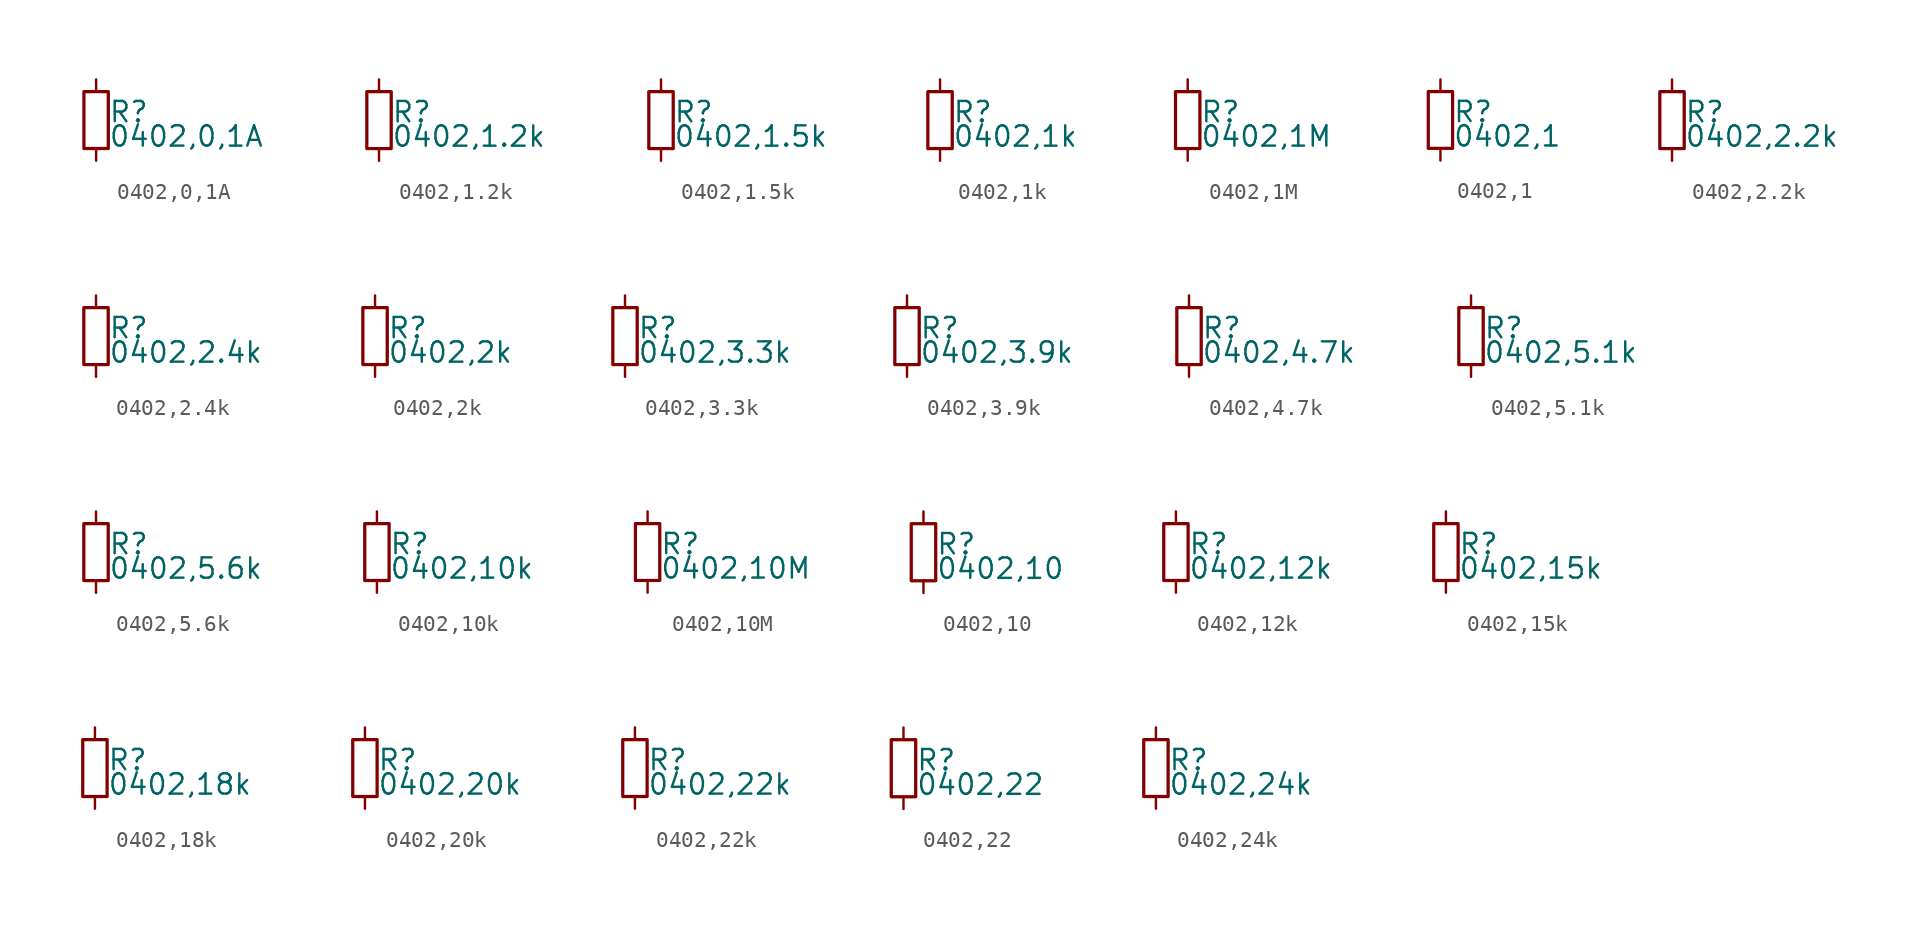
<source format=kicad_sym>
(kicad_symbol_lib
  (version 20220914)
  (generator kicad_symbol_editor)
  (symbol "0402,0,1A"
    (property "Reference" "R"
      (at 0.762 0.508 0)
      (effects (font (size 1.27 1.27)) (justify left)))
    (property "Value" "0402,0,1A"
      (at 0.762 -1.016 0)
      (effects (font (size 1.27 1.27)) (justify left)))
    (symbol "0402,0,1A_0_0"
      (rectangle (start -0.762 1.778) (end 0.762 -1.778) (stroke (width 0.203) (type default)) (fill (type none)))
      (pin passive line (at 0 2.54 270) (length 0.762) (name "~" (effects (font (size 0 0)))) (number "1" (effects (font (size 0 0))))))
    (symbol "0402,0,1A_1_0"
      (pin passive line (at 0 -2.54 90) (length 0.762) (name "~" (effects (font (size 0 0)))) (number "2" (effects (font (size 0 0)))))))
  (symbol "0402,1.2k"
    (property "Reference" "R"
      (at 0.762 0.508 0)
      (effects (font (size 1.27 1.27)) (justify left)))
    (property "Value" "0402,1.2k"
      (at 0.762 -1.016 0)
      (effects (font (size 1.27 1.27)) (justify left)))
    (property "ki_locked" ""
      (at 0 0 0)
      (effects (font (size 1.27 1.27))))
    (symbol "0402,1.2k_0_0"
      (rectangle (start -0.762 1.778) (end 0.762 -1.778) (stroke (width 0.203) (type default)) (fill (type none)))
      (pin passive line (at 0 2.54 270) (length 0.762) (name "~" (effects (font (size 0 0)))) (number "1" (effects (font (size 0 0)))))
      (pin passive line (at 0 -2.54 90) (length 0.762) (name "~" (effects (font (size 0 0)))) (number "2" (effects (font (size 0 0)))))))
  (symbol "0402,1.5k"
    (property "Reference" "R"
      (at 0.762 0.508 0)
      (effects (font (size 1.27 1.27)) (justify left)))
    (property "Value" "0402,1.5k"
      (at 0.762 -1.016 0)
      (effects (font (size 1.27 1.27)) (justify left)))
    (property "ki_locked" ""
      (at 0 0 0)
      (effects (font (size 1.27 1.27))))
    (symbol "0402,1.5k_0_0"
      (rectangle (start -0.762 1.778) (end 0.762 -1.778) (stroke (width 0.203) (type default)) (fill (type none)))
      (pin passive line (at 0 2.54 270) (length 0.762) (name "~" (effects (font (size 0 0)))) (number "1" (effects (font (size 0 0)))))
      (pin passive line (at 0 -2.54 90) (length 0.762) (name "~" (effects (font (size 0 0)))) (number "2" (effects (font (size 0 0)))))))
  (symbol "0402,1k"
    (property "Reference" "R"
      (at 0.762 0.508 0)
      (effects (font (size 1.27 1.27)) (justify left)))
    (property "Value" "0402,1k"
      (at 0.762 -1.016 0)
      (effects (font (size 1.27 1.27)) (justify left)))
    (property "ki_locked" ""
      (at 0 0 0)
      (effects (font (size 1.27 1.27))))
    (symbol "0402,1k_0_0"
      (rectangle (start -0.762 1.778) (end 0.762 -1.778) (stroke (width 0.203) (type default)) (fill (type none)))
      (pin passive line (at 0 2.54 270) (length 0.762) (name "~" (effects (font (size 0 0)))) (number "1" (effects (font (size 0 0)))))
      (pin passive line (at 0 -2.54 90) (length 0.762) (name "~" (effects (font (size 0 0)))) (number "2" (effects (font (size 0 0)))))))
  (symbol "0402,1M"
    (property "Reference" "R"
      (at 0.762 0.508 0)
      (effects (font (size 1.27 1.27)) (justify left)))
    (property "Value" "0402,1M"
      (at 0.762 -1.016 0)
      (effects (font (size 1.27 1.27)) (justify left)))
    (property "ki_locked" ""
      (at 0 0 0)
      (effects (font (size 1.27 1.27))))
    (symbol "0402,1M_0_0"
      (rectangle (start -0.762 1.778) (end 0.762 -1.778) (stroke (width 0.203) (type default)) (fill (type none)))
      (pin passive line (at 0 2.54 270) (length 0.762) (name "~" (effects (font (size 0 0)))) (number "1" (effects (font (size 0 0)))))
      (pin passive line (at 0 -2.54 90) (length 0.762) (name "~" (effects (font (size 0 0)))) (number "2" (effects (font (size 0 0)))))))
  (symbol "0402,1"
    (property "Reference" "R"
      (at 0.762 0.508 0)
      (effects (font (size 1.27 1.27)) (justify left)))
    (property "Value" "0402,1"
      (at 0.762 -1.016 0)
      (effects (font (size 1.27 1.27)) (justify left)))
    (property "ki_locked" ""
      (at 0 0 0)
      (effects (font (size 1.27 1.27))))
    (symbol "0402,1_0_0"
      (rectangle (start -0.762 1.778) (end 0.762 -1.778) (stroke (width 0.203) (type default)) (fill (type none)))
      (pin passive line (at 0 2.54 270) (length 0.762) (name "~" (effects (font (size 0 0)))) (number "1" (effects (font (size 0 0)))))
      (pin passive line (at 0 -2.54 90) (length 0.762) (name "~" (effects (font (size 0 0)))) (number "2" (effects (font (size 0 0)))))))
  (symbol "0402,2.2k"
    (property "Reference" "R"
      (at 0.762 0.508 0)
      (effects (font (size 1.27 1.27)) (justify left)))
    (property "Value" "0402,2.2k"
      (at 0.762 -1.016 0)
      (effects (font (size 1.27 1.27)) (justify left)))
    (property "ki_locked" ""
      (at 0 0 0)
      (effects (font (size 1.27 1.27))))
    (symbol "0402,2.2k_0_0"
      (rectangle (start -0.762 1.778) (end 0.762 -1.778) (stroke (width 0.203) (type default)) (fill (type none)))
      (pin passive line (at 0 2.54 270) (length 0.762) (name "~" (effects (font (size 0 0)))) (number "1" (effects (font (size 0 0)))))
      (pin passive line (at 0 -2.54 90) (length 0.762) (name "~" (effects (font (size 0 0)))) (number "2" (effects (font (size 0 0)))))))
  (symbol "0402,2.4k"
    (property "Reference" "R"
      (at 0.762 0.508 0)
      (effects (font (size 1.27 1.27)) (justify left)))
    (property "Value" "0402,2.4k"
      (at 0.762 -1.016 0)
      (effects (font (size 1.27 1.27)) (justify left)))
    (property "ki_locked" ""
      (at 0 0 0)
      (effects (font (size 1.27 1.27))))
    (symbol "0402,2.4k_0_0"
      (rectangle (start -0.762 1.778) (end 0.762 -1.778) (stroke (width 0.203) (type default)) (fill (type none)))
      (pin passive line (at 0 2.54 270) (length 0.762) (name "~" (effects (font (size 0 0)))) (number "1" (effects (font (size 0 0)))))
      (pin passive line (at 0 -2.54 90) (length 0.762) (name "~" (effects (font (size 0 0)))) (number "2" (effects (font (size 0 0)))))))
  (symbol "0402,2k"
    (property "Reference" "R"
      (at 0.762 0.508 0)
      (effects (font (size 1.27 1.27)) (justify left)))
    (property "Value" "0402,2k"
      (at 0.762 -1.016 0)
      (effects (font (size 1.27 1.27)) (justify left)))
    (property "ki_locked" ""
      (at 0 0 0)
      (effects (font (size 1.27 1.27))))
    (symbol "0402,2k_0_0"
      (rectangle (start -0.762 1.778) (end 0.762 -1.778) (stroke (width 0.203) (type default)) (fill (type none)))
      (pin passive line (at 0 2.54 270) (length 0.762) (name "~" (effects (font (size 0 0)))) (number "1" (effects (font (size 0 0)))))
      (pin passive line (at 0 -2.54 90) (length 0.762) (name "~" (effects (font (size 0 0)))) (number "2" (effects (font (size 0 0)))))))
  (symbol "0402,3.3k"
    (property "Reference" "R"
      (at 0.762 0.508 0)
      (effects (font (size 1.27 1.27)) (justify left)))
    (property "Value" "0402,3.3k"
      (at 0.762 -1.016 0)
      (effects (font (size 1.27 1.27)) (justify left)))
    (property "ki_locked" ""
      (at 0 0 0)
      (effects (font (size 1.27 1.27))))
    (symbol "0402,3.3k_0_0"
      (rectangle (start -0.762 1.778) (end 0.762 -1.778) (stroke (width 0.203) (type default)) (fill (type none)))
      (pin passive line (at 0 2.54 270) (length 0.762) (name "~" (effects (font (size 0 0)))) (number "1" (effects (font (size 0 0)))))
      (pin passive line (at 0 -2.54 90) (length 0.762) (name "~" (effects (font (size 0 0)))) (number "2" (effects (font (size 0 0)))))))
  (symbol "0402,3.9k"
    (property "Reference" "R"
      (at 0.762 0.508 0)
      (effects (font (size 1.27 1.27)) (justify left)))
    (property "Value" "0402,3.9k"
      (at 0.762 -1.016 0)
      (effects (font (size 1.27 1.27)) (justify left)))
    (property "ki_locked" ""
      (at 0 0 0)
      (effects (font (size 1.27 1.27))))
    (symbol "0402,3.9k_0_0"
      (rectangle (start -0.762 1.778) (end 0.762 -1.778) (stroke (width 0.203) (type default)) (fill (type none)))
      (pin passive line (at 0 2.54 270) (length 0.762) (name "~" (effects (font (size 0 0)))) (number "1" (effects (font (size 0 0)))))
      (pin passive line (at 0 -2.54 90) (length 0.762) (name "~" (effects (font (size 0 0)))) (number "2" (effects (font (size 0 0)))))))
  (symbol "0402,4.7k"
    (property "Reference" "R"
      (at 0.762 0.508 0)
      (effects (font (size 1.27 1.27)) (justify left)))
    (property "Value" "0402,4.7k"
      (at 0.762 -1.016 0)
      (effects (font (size 1.27 1.27)) (justify left)))
    (property "ki_locked" ""
      (at 0 0 0)
      (effects (font (size 1.27 1.27))))
    (symbol "0402,4.7k_0_0"
      (rectangle (start -0.762 1.778) (end 0.762 -1.778) (stroke (width 0.203) (type default)) (fill (type none)))
      (pin passive line (at 0 2.54 270) (length 0.762) (name "~" (effects (font (size 0 0)))) (number "1" (effects (font (size 0 0)))))
      (pin passive line (at 0 -2.54 90) (length 0.762) (name "~" (effects (font (size 0 0)))) (number "2" (effects (font (size 0 0)))))))
  (symbol "0402,5.1k"
    (property "Reference" "R"
      (at 0.762 0.508 0)
      (effects (font (size 1.27 1.27)) (justify left)))
    (property "Value" "0402,5.1k"
      (at 0.762 -1.016 0)
      (effects (font (size 1.27 1.27)) (justify left)))
    (property "ki_locked" ""
      (at 0 0 0)
      (effects (font (size 1.27 1.27))))
    (symbol "0402,5.1k_0_0"
      (rectangle (start -0.762 1.778) (end 0.762 -1.778) (stroke (width 0.203) (type default)) (fill (type none)))
      (pin passive line (at 0 2.54 270) (length 0.762) (name "~" (effects (font (size 0 0)))) (number "1" (effects (font (size 0 0)))))
      (pin passive line (at 0 -2.54 90) (length 0.762) (name "~" (effects (font (size 0 0)))) (number "2" (effects (font (size 0 0)))))))
  (symbol "0402,5.6k"
    (property "Reference" "R"
      (at 0.762 0.508 0)
      (effects (font (size 1.27 1.27)) (justify left)))
    (property "Value" "0402,5.6k"
      (at 0.762 -1.016 0)
      (effects (font (size 1.27 1.27)) (justify left)))
    (property "ki_locked" ""
      (at 0 0 0)
      (effects (font (size 1.27 1.27))))
    (symbol "0402,5.6k_0_0"
      (rectangle (start -0.762 1.778) (end 0.762 -1.778) (stroke (width 0.203) (type default)) (fill (type none)))
      (pin passive line (at 0 2.54 270) (length 0.762) (name "~" (effects (font (size 0 0)))) (number "1" (effects (font (size 0 0)))))
      (pin passive line (at 0 -2.54 90) (length 0.762) (name "~" (effects (font (size 0 0)))) (number "2" (effects (font (size 0 0)))))))
  (symbol "0402,10k"
    (property "Reference" "R"
      (at 0.762 0.508 0)
      (effects (font (size 1.27 1.27)) (justify left)))
    (property "Value" "0402,10k"
      (at 0.762 -1.016 0)
      (effects (font (size 1.27 1.27)) (justify left)))
    (property "ki_locked" ""
      (at 0 0 0)
      (effects (font (size 1.27 1.27))))
    (symbol "0402,10k_0_0"
      (rectangle (start -0.762 1.778) (end 0.762 -1.778) (stroke (width 0.203) (type default)) (fill (type none)))
      (pin passive line (at 0 2.54 270) (length 0.762) (name "~" (effects (font (size 0 0)))) (number "1" (effects (font (size 0 0)))))
      (pin passive line (at 0 -2.54 90) (length 0.762) (name "~" (effects (font (size 0 0)))) (number "2" (effects (font (size 0 0)))))))
  (symbol "0402,10M"
    (property "Reference" "R"
      (at 0.762 0.508 0)
      (effects (font (size 1.27 1.27)) (justify left)))
    (property "Value" "0402,10M"
      (at 0.762 -1.016 0)
      (effects (font (size 1.27 1.27)) (justify left)))
    (property "ki_locked" ""
      (at 0 0 0)
      (effects (font (size 1.27 1.27))))
    (symbol "0402,10M_0_0"
      (rectangle (start -0.762 1.778) (end 0.762 -1.778) (stroke (width 0.203) (type default)) (fill (type none)))
      (pin passive line (at 0 2.54 270) (length 0.762) (name "~" (effects (font (size 0 0)))) (number "1" (effects (font (size 0 0)))))
      (pin passive line (at 0 -2.54 90) (length 0.762) (name "~" (effects (font (size 0 0)))) (number "2" (effects (font (size 0 0)))))))
  (symbol "0402,10"
    (property "Reference" "R"
      (at 0.762 0.508 0)
      (effects (font (size 1.27 1.27)) (justify left)))
    (property "Value" "0402,10"
      (at 0.762 -1.016 0)
      (effects (font (size 1.27 1.27)) (justify left)))
    (property "ki_locked" ""
      (at 0 0 0)
      (effects (font (size 1.27 1.27))))
    (symbol "0402,10_0_0"
      (rectangle (start -0.762 1.778) (end 0.762 -1.778) (stroke (width 0.203) (type default)) (fill (type none)))
      (pin passive line (at 0 2.54 270) (length 0.762) (name "~" (effects (font (size 0 0)))) (number "1" (effects (font (size 0 0)))))
      (pin passive line (at 0 -2.54 90) (length 0.762) (name "~" (effects (font (size 0 0)))) (number "2" (effects (font (size 0 0)))))))
  (symbol "0402,12k"
    (property "Reference" "R"
      (at 0.762 0.508 0)
      (effects (font (size 1.27 1.27)) (justify left)))
    (property "Value" "0402,12k"
      (at 0.762 -1.016 0)
      (effects (font (size 1.27 1.27)) (justify left)))
    (property "ki_locked" ""
      (at 0 0 0)
      (effects (font (size 1.27 1.27))))
    (symbol "0402,12k_0_0"
      (rectangle (start -0.762 1.778) (end 0.762 -1.778) (stroke (width 0.203) (type default)) (fill (type none)))
      (pin passive line (at 0 2.54 270) (length 0.762) (name "~" (effects (font (size 0 0)))) (number "1" (effects (font (size 0 0)))))
      (pin passive line (at 0 -2.54 90) (length 0.762) (name "~" (effects (font (size 0 0)))) (number "2" (effects (font (size 0 0)))))))
  (symbol "0402,15k"
    (property "Reference" "R"
      (at 0.762 0.508 0)
      (effects (font (size 1.27 1.27)) (justify left)))
    (property "Value" "0402,15k"
      (at 0.762 -1.016 0)
      (effects (font (size 1.27 1.27)) (justify left)))
    (property "ki_locked" ""
      (at 0 0 0)
      (effects (font (size 1.27 1.27))))
    (symbol "0402,15k_0_0"
      (rectangle (start -0.762 1.778) (end 0.762 -1.778) (stroke (width 0.203) (type default)) (fill (type none)))
      (pin passive line (at 0 2.54 270) (length 0.762) (name "~" (effects (font (size 0 0)))) (number "1" (effects (font (size 0 0)))))
      (pin passive line (at 0 -2.54 90) (length 0.762) (name "~" (effects (font (size 0 0)))) (number "2" (effects (font (size 0 0)))))))
  (symbol "0402,18k"
    (property "Reference" "R"
      (at 0.762 0.508 0)
      (effects (font (size 1.27 1.27)) (justify left)))
    (property "Value" "0402,18k"
      (at 0.762 -1.016 0)
      (effects (font (size 1.27 1.27)) (justify left)))
    (property "ki_locked" ""
      (at 0 0 0)
      (effects (font (size 1.27 1.27))))
    (symbol "0402,18k_0_0"
      (rectangle (start -0.762 1.778) (end 0.762 -1.778) (stroke (width 0.203) (type default)) (fill (type none)))
      (pin passive line (at 0 2.54 270) (length 0.762) (name "~" (effects (font (size 0 0)))) (number "1" (effects (font (size 0 0)))))
      (pin passive line (at 0 -2.54 90) (length 0.762) (name "~" (effects (font (size 0 0)))) (number "2" (effects (font (size 0 0)))))))
  (symbol "0402,20k"
    (property "Reference" "R"
      (at 0.762 0.508 0)
      (effects (font (size 1.27 1.27)) (justify left)))
    (property "Value" "0402,20k"
      (at 0.762 -1.016 0)
      (effects (font (size 1.27 1.27)) (justify left)))
    (property "ki_locked" ""
      (at 0 0 0)
      (effects (font (size 1.27 1.27))))
    (symbol "0402,20k_0_0"
      (rectangle (start -0.762 1.778) (end 0.762 -1.778) (stroke (width 0.203) (type default)) (fill (type none)))
      (pin passive line (at 0 2.54 270) (length 0.762) (name "~" (effects (font (size 0 0)))) (number "1" (effects (font (size 0 0)))))
      (pin passive line (at 0 -2.54 90) (length 0.762) (name "~" (effects (font (size 0 0)))) (number "2" (effects (font (size 0 0)))))))
  (symbol "0402,22k"
    (property "Reference" "R"
      (at 0.762 0.508 0)
      (effects (font (size 1.27 1.27)) (justify left)))
    (property "Value" "0402,22k"
      (at 0.762 -1.016 0)
      (effects (font (size 1.27 1.27)) (justify left)))
    (property "ki_locked" ""
      (at 0 0 0)
      (effects (font (size 1.27 1.27))))
    (symbol "0402,22k_0_0"
      (rectangle (start -0.762 1.778) (end 0.762 -1.778) (stroke (width 0.203) (type default)) (fill (type none)))
      (pin passive line (at 0 2.54 270) (length 0.762) (name "~" (effects (font (size 0 0)))) (number "1" (effects (font (size 0 0)))))
      (pin passive line (at 0 -2.54 90) (length 0.762) (name "~" (effects (font (size 0 0)))) (number "2" (effects (font (size 0 0)))))))
  (symbol "0402,22"
    (property "Reference" "R"
      (at 0.762 0.508 0)
      (effects (font (size 1.27 1.27)) (justify left)))
    (property "Value" "0402,22"
      (at 0.762 -1.016 0)
      (effects (font (size 1.27 1.27)) (justify left)))
    (property "ki_locked" ""
      (at 0 0 0)
      (effects (font (size 1.27 1.27))))
    (symbol "0402,22_0_0"
      (rectangle (start -0.762 1.778) (end 0.762 -1.778) (stroke (width 0.203) (type default)) (fill (type none)))
      (pin passive line (at 0 2.54 270) (length 0.762) (name "~" (effects (font (size 0 0)))) (number "1" (effects (font (size 0 0)))))
      (pin passive line (at 0 -2.54 90) (length 0.762) (name "~" (effects (font (size 0 0)))) (number "2" (effects (font (size 0 0)))))))
  (symbol "0402,24k"
    (property "Reference" "R"
      (at 0.762 0.508 0)
      (effects (font (size 1.27 1.27)) (justify left)))
    (property "Value" "0402,24k"
      (at 0.762 -1.016 0)
      (effects (font (size 1.27 1.27)) (justify left)))
    (property "ki_locked" ""
      (at 0 0 0)
      (effects (font (size 1.27 1.27))))
    (symbol "0402,24k_0_0"
      (rectangle (start -0.762 1.778) (end 0.762 -1.778) (stroke (width 0.203) (type default)) (fill (type none)))
      (pin passive line (at 0 2.54 270) (length 0.762) (name "~" (effects (font (size 0 0)))) (number "1" (effects (font (size 0 0)))))
      (pin passive line (at 0 -2.54 90) (length 0.762) (name "~" (effects (font (size 0 0)))) (number "2" (effects (font (size 0 0))))))))
</source>
